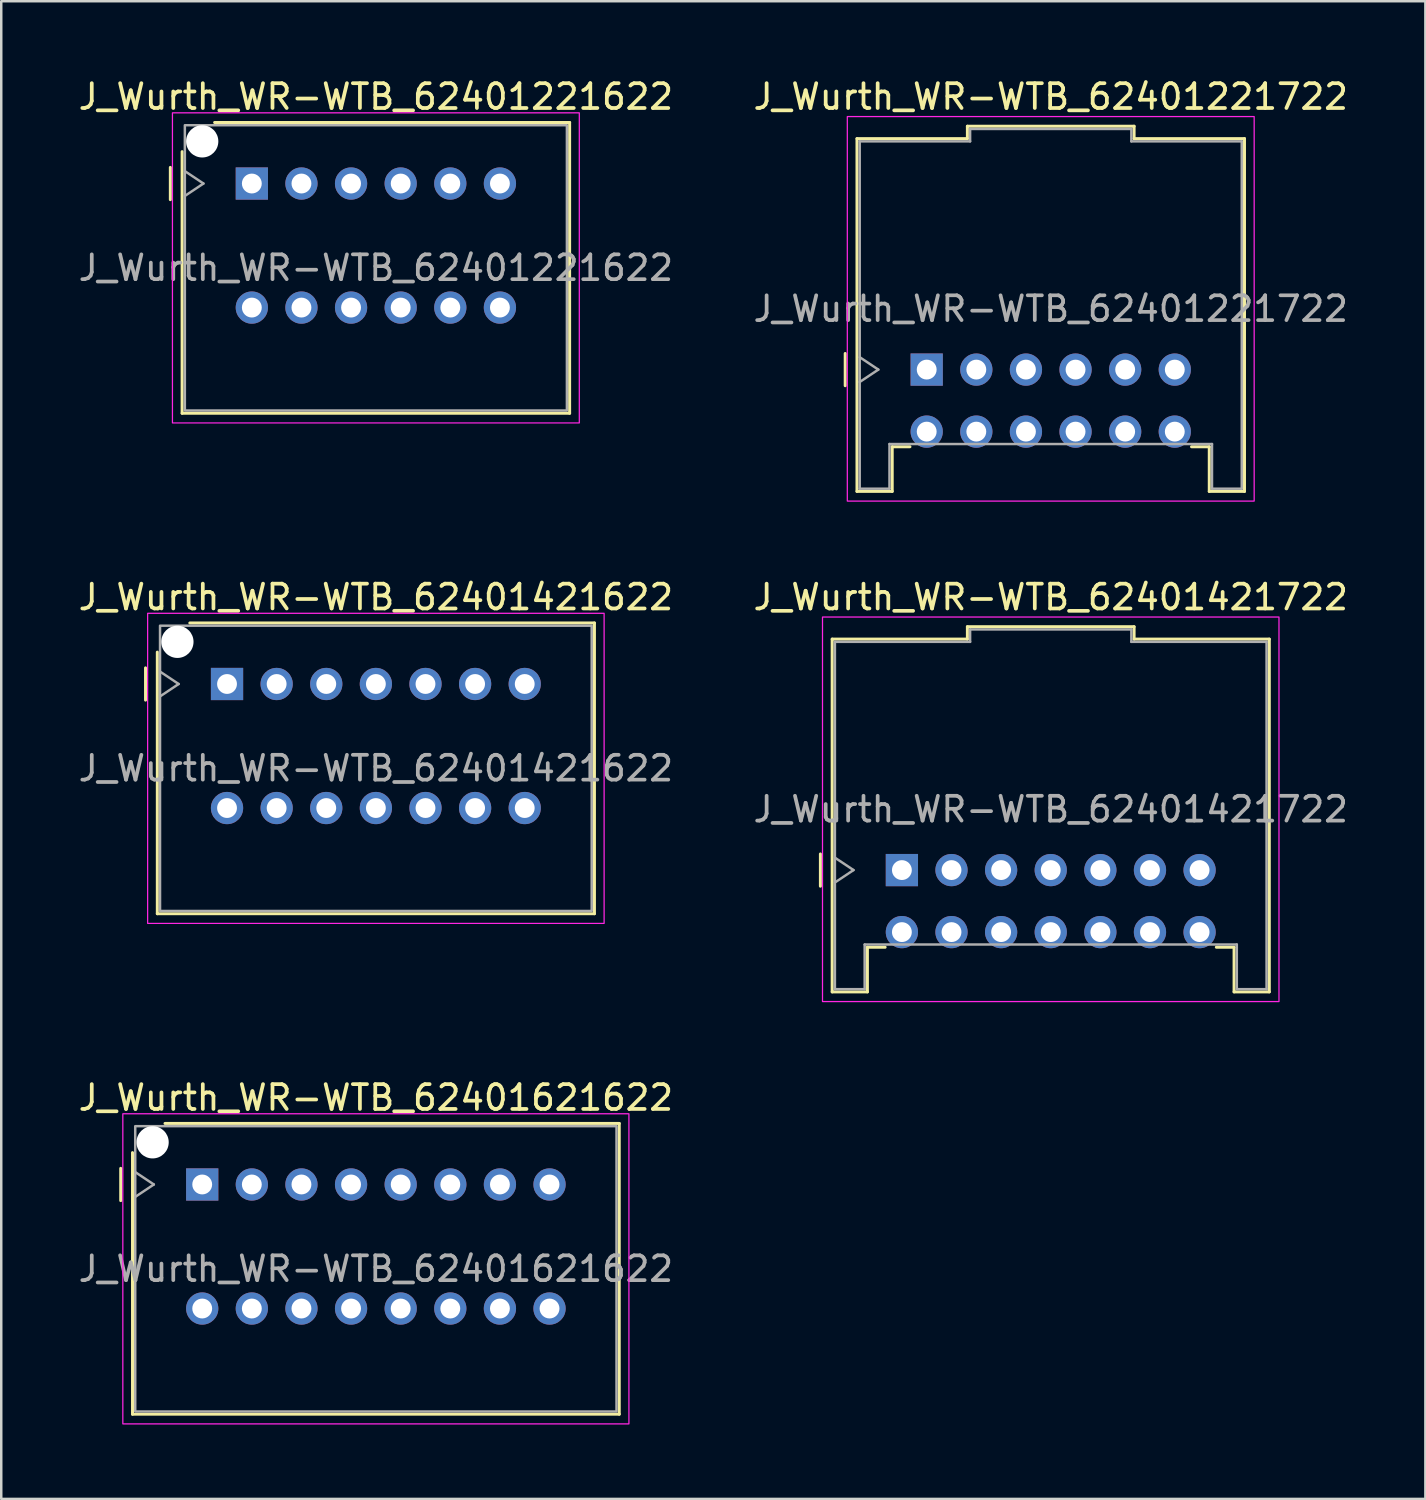
<source format=kicad_pcb>
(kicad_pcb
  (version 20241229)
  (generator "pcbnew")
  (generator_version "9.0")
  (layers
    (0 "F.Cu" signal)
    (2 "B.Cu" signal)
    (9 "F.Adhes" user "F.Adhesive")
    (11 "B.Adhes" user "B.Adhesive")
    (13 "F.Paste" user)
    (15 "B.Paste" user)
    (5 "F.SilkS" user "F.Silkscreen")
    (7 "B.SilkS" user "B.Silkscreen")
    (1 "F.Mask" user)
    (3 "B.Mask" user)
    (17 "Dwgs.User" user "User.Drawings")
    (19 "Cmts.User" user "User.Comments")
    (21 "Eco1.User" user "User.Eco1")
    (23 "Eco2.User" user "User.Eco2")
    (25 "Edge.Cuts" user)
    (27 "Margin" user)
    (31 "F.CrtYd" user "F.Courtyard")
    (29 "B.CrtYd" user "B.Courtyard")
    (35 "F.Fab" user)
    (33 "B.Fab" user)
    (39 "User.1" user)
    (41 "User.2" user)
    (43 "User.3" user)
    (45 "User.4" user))
  (footprint "J_Wurth_WR-WTB_62401621622"
    (layer "F.Cu")
    (at 5.101 44.695)
    (property "Reference" "J_Wurth_WR-WTB_62401621622" (at 7 -3.5 0) (unlocked yes) (layer "F.SilkS") (effects (font (size 1 1) (thickness 0.15))))
    (attr through_hole)
    (fp_line (start -3.285 -0.65) (end -3.285 0.65) (stroke (width 0.12) (type solid)) (layer "F.SilkS"))
    (fp_line (start -2.81 9.26) (end -2.81 -1.285) (stroke (width 0.12) (type default)) (layer "F.SilkS"))
    (fp_line (start -1.5 -2.46) (end 16.81 -2.46) (stroke (width 0.12) (type default)) (layer "F.SilkS"))
    (fp_line (start 16.81 -2.46) (end 16.81 9.26) (stroke (width 0.12) (type solid)) (layer "F.SilkS"))
    (fp_line (start 16.81 9.26) (end -2.81 9.26) (stroke (width 0.12) (type default)) (layer "F.SilkS"))
    (fp_rect (start -3.2 -2.85) (end 17.2 9.65) (stroke (width 0.05) (type solid)) (fill no) (layer "F.CrtYd"))
    (fp_line (start -1.95 0) (end -2.7 -0.5) (stroke (width 0.1) (type solid)) (layer "F.Fab"))
    (fp_line (start -1.95 0) (end -2.7 0.5) (stroke (width 0.1) (type solid)) (layer "F.Fab"))
    (fp_rect (start -2.7 -2.35) (end 16.7 9.15) (stroke (width 0.1) (type solid)) (fill no) (layer "F.Fab"))
    (fp_text user "${REFERENCE}" (at 7 3.4 0) (unlocked yes) (layer "F.Fab") (effects (font (size 1 1) (thickness 0.15))))
    (pad "" np_thru_hole circle (at -2 -1.7) (size 1.3 1.3) (drill 1.3) (layers "*.Cu" "*.Mask"))
    (pad "1" thru_hole rect (at 0 0) (size 1.3 1.3) (drill 0.8) (layers "*.Cu" "*.Mask"))
    (pad "2" thru_hole circle (at 0 5) (size 1.3 1.3) (drill 0.8) (layers "*.Cu" "*.Mask"))
    (pad "3" thru_hole circle (at 2 0) (size 1.3 1.3) (drill 0.8) (layers "*.Cu" "*.Mask"))
    (pad "4" thru_hole circle (at 2 5) (size 1.3 1.3) (drill 0.8) (layers "*.Cu" "*.Mask"))
    (pad "5" thru_hole circle (at 4 0) (size 1.3 1.3) (drill 0.8) (layers "*.Cu" "*.Mask"))
    (pad "6" thru_hole circle (at 4 5) (size 1.3 1.3) (drill 0.8) (layers "*.Cu" "*.Mask"))
    (pad "7" thru_hole circle (at 6 0) (size 1.3 1.3) (drill 0.8) (layers "*.Cu" "*.Mask"))
    (pad "8" thru_hole circle (at 6 5) (size 1.3 1.3) (drill 0.8) (layers "*.Cu" "*.Mask"))
    (pad "9" thru_hole circle (at 8 0) (size 1.3 1.3) (drill 0.8) (layers "*.Cu" "*.Mask"))
    (pad "10" thru_hole circle (at 8 5) (size 1.3 1.3) (drill 0.8) (layers "*.Cu" "*.Mask"))
    (pad "11" thru_hole circle (at 10 0) (size 1.3 1.3) (drill 0.8) (layers "*.Cu" "*.Mask"))
    (pad "12" thru_hole circle (at 10 5) (size 1.3 1.3) (drill 0.8) (layers "*.Cu" "*.Mask"))
    (pad "13" thru_hole circle (at 12 0) (size 1.3 1.3) (drill 0.8) (layers "*.Cu" "*.Mask"))
    (pad "14" thru_hole circle (at 12 5) (size 1.3 1.3) (drill 0.8) (layers "*.Cu" "*.Mask"))
    (pad "15" thru_hole circle (at 14 0) (size 1.3 1.3) (drill 0.8) (layers "*.Cu" "*.Mask"))
    (pad "16" thru_hole circle (at 14 5) (size 1.3 1.3) (drill 0.8) (layers "*.Cu" "*.Mask")))
  (footprint "J_Wurth_WR-WTB_62401421722"
    (layer "F.Cu")
    (at 33.304 32.022)
    (property "Reference" "J_Wurth_WR-WTB_62401421722" (at 6 -11 0) (unlocked yes) (layer "F.SilkS") (effects (font (size 1 1) (thickness 0.15))))
    (attr through_hole)
    (fp_line (start -3.285 -0.65) (end -3.285 0.65) (stroke (width 0.12) (type solid)) (layer "F.SilkS"))
    (fp_line (start -2.81 -9.31) (end 2.64 -9.31) (stroke (width 0.12) (type solid)) (layer "F.SilkS"))
    (fp_line (start -2.81 4.91) (end -2.81 -9.31) (stroke (width 0.12) (type default)) (layer "F.SilkS"))
    (fp_line (start -2.81 4.91) (end -1.39 4.91) (stroke (width 0.12) (type solid)) (layer "F.SilkS"))
    (fp_line (start -1.39 4.91) (end -1.39 3.11) (stroke (width 0.12) (type solid)) (layer "F.SilkS"))
    (fp_line (start -0.675 3.11) (end -1.39 3.11) (stroke (width 0.12) (type default)) (layer "F.SilkS"))
    (fp_line (start 2.64 -9.31) (end 2.64 -9.81) (stroke (width 0.12) (type solid)) (layer "F.SilkS"))
    (fp_line (start 9.36 -9.81) (end 2.64 -9.81) (stroke (width 0.12) (type default)) (layer "F.SilkS"))
    (fp_line (start 9.36 -9.31) (end 9.36 -9.81) (stroke (width 0.12) (type solid)) (layer "F.SilkS"))
    (fp_line (start 13.39 3.11) (end 12.675 3.11) (stroke (width 0.12) (type default)) (layer "F.SilkS"))
    (fp_line (start 13.39 4.91) (end 13.39 3.11) (stroke (width 0.12) (type solid)) (layer "F.SilkS"))
    (fp_line (start 14.81 -9.31) (end 9.36 -9.31) (stroke (width 0.12) (type solid)) (layer "F.SilkS"))
    (fp_line (start 14.81 -9.31) (end 14.81 4.91) (stroke (width 0.12) (type default)) (layer "F.SilkS"))
    (fp_line (start 14.81 4.91) (end 13.39 4.91) (stroke (width 0.12) (type solid)) (layer "F.SilkS"))
    (fp_rect (start -3.2 -10.2) (end 15.2 5.3) (stroke (width 0.05) (type solid)) (fill no) (layer "F.CrtYd"))
    (fp_line (start -2.7 -9.2) (end 2.75 -9.2) (stroke (width 0.1) (type solid)) (layer "F.Fab"))
    (fp_line (start -2.7 4.8) (end -2.7 -9.2) (stroke (width 0.1) (type default)) (layer "F.Fab"))
    (fp_line (start -2.7 4.8) (end -1.5 4.8) (stroke (width 0.1) (type solid)) (layer "F.Fab"))
    (fp_line (start -1.95 0) (end -2.7 -0.5) (stroke (width 0.1) (type solid)) (layer "F.Fab"))
    (fp_line (start -1.95 0) (end -2.7 0.5) (stroke (width 0.1) (type solid)) (layer "F.Fab"))
    (fp_line (start -1.5 4.8) (end -1.5 3) (stroke (width 0.1) (type solid)) (layer "F.Fab"))
    (fp_line (start 2.75 -9.2) (end 2.75 -9.7) (stroke (width 0.1) (type solid)) (layer "F.Fab"))
    (fp_line (start 9.25 -9.7) (end 2.75 -9.7) (stroke (width 0.1) (type default)) (layer "F.Fab"))
    (fp_line (start 9.25 -9.2) (end 9.25 -9.7) (stroke (width 0.1) (type solid)) (layer "F.Fab"))
    (fp_line (start 13.5 3) (end -1.5 3) (stroke (width 0.1) (type default)) (layer "F.Fab"))
    (fp_line (start 13.5 4.8) (end 13.5 3) (stroke (width 0.1) (type solid)) (layer "F.Fab"))
    (fp_line (start 14.7 -9.2) (end 9.25 -9.2) (stroke (width 0.1) (type solid)) (layer "F.Fab"))
    (fp_line (start 14.7 -9.2) (end 14.7 4.8) (stroke (width 0.1) (type default)) (layer "F.Fab"))
    (fp_line (start 14.7 4.8) (end 13.5 4.8) (stroke (width 0.1) (type solid)) (layer "F.Fab"))
    (fp_text user "${REFERENCE}" (at 6 -2.45 0) (unlocked yes) (layer "F.Fab") (effects (font (size 1 1) (thickness 0.15))))
    (pad "1" thru_hole rect (at 0 0 180) (size 1.3 1.3) (drill 0.8) (layers "*.Cu" "*.Mask"))
    (pad "2" thru_hole circle (at 0 2.5 180) (size 1.3 1.3) (drill 0.8) (layers "*.Cu" "*.Mask"))
    (pad "3" thru_hole circle (at 2 0 180) (size 1.3 1.3) (drill 0.8) (layers "*.Cu" "*.Mask"))
    (pad "4" thru_hole circle (at 2 2.5 180) (size 1.3 1.3) (drill 0.8) (layers "*.Cu" "*.Mask"))
    (pad "5" thru_hole circle (at 4 0 180) (size 1.3 1.3) (drill 0.8) (layers "*.Cu" "*.Mask"))
    (pad "6" thru_hole circle (at 4 2.5 180) (size 1.3 1.3) (drill 0.8) (layers "*.Cu" "*.Mask"))
    (pad "7" thru_hole circle (at 6 2.5 180) (size 1.3 1.3) (drill 0.8) (layers "*.Cu" "*.Mask"))
    (pad "8" thru_hole circle (at 6 0 180) (size 1.3 1.3) (drill 0.8) (layers "*.Cu" "*.Mask"))
    (pad "9" thru_hole circle (at 8 2.5 180) (size 1.3 1.3) (drill 0.8) (layers "*.Cu" "*.Mask"))
    (pad "10" thru_hole circle (at 8 0 180) (size 1.3 1.3) (drill 0.8) (layers "*.Cu" "*.Mask"))
    (pad "11" thru_hole circle (at 10 2.5 180) (size 1.3 1.3) (drill 0.8) (layers "*.Cu" "*.Mask"))
    (pad "12" thru_hole circle (at 10 0 180) (size 1.3 1.3) (drill 0.8) (layers "*.Cu" "*.Mask"))
    (pad "13" thru_hole circle (at 12 2.5 180) (size 1.3 1.3) (drill 0.8) (layers "*.Cu" "*.Mask"))
    (pad "14" thru_hole circle (at 12 0 180) (size 1.3 1.3) (drill 0.8) (layers "*.Cu" "*.Mask")))
  (footprint "J_Wurth_WR-WTB_62401421622"
    (layer "F.Cu")
    (at 6.101 24.521)
    (property "Reference" "J_Wurth_WR-WTB_62401421622" (at 6 -3.5 0) (unlocked yes) (layer "F.SilkS") (effects (font (size 1 1) (thickness 0.15))))
    (attr through_hole)
    (fp_line (start -3.285 -0.65) (end -3.285 0.65) (stroke (width 0.12) (type solid)) (layer "F.SilkS"))
    (fp_line (start -2.81 9.26) (end -2.81 -1.285) (stroke (width 0.12) (type default)) (layer "F.SilkS"))
    (fp_line (start -1.5 -2.46) (end 14.81 -2.46) (stroke (width 0.12) (type default)) (layer "F.SilkS"))
    (fp_line (start 14.81 -2.46) (end 14.81 9.26) (stroke (width 0.12) (type solid)) (layer "F.SilkS"))
    (fp_line (start 14.81 9.26) (end -2.81 9.26) (stroke (width 0.12) (type default)) (layer "F.SilkS"))
    (fp_rect (start -3.2 -2.85) (end 15.2 9.65) (stroke (width 0.05) (type solid)) (fill no) (layer "F.CrtYd"))
    (fp_line (start -1.95 0) (end -2.7 -0.5) (stroke (width 0.1) (type solid)) (layer "F.Fab"))
    (fp_line (start -1.95 0) (end -2.7 0.5) (stroke (width 0.1) (type solid)) (layer "F.Fab"))
    (fp_rect (start -2.7 -2.35) (end 14.7 9.15) (stroke (width 0.1) (type solid)) (fill no) (layer "F.Fab"))
    (fp_text user "${REFERENCE}" (at 6 3.4 0) (unlocked yes) (layer "F.Fab") (effects (font (size 1 1) (thickness 0.15))))
    (pad "" np_thru_hole circle (at -2 -1.7) (size 1.3 1.3) (drill 1.3) (layers "*.Cu" "*.Mask"))
    (pad "1" thru_hole rect (at 0 0) (size 1.3 1.3) (drill 0.8) (layers "*.Cu" "*.Mask"))
    (pad "2" thru_hole circle (at 0 5) (size 1.3 1.3) (drill 0.8) (layers "*.Cu" "*.Mask"))
    (pad "3" thru_hole circle (at 2 0) (size 1.3 1.3) (drill 0.8) (layers "*.Cu" "*.Mask"))
    (pad "4" thru_hole circle (at 2 5) (size 1.3 1.3) (drill 0.8) (layers "*.Cu" "*.Mask"))
    (pad "5" thru_hole circle (at 4 0) (size 1.3 1.3) (drill 0.8) (layers "*.Cu" "*.Mask"))
    (pad "6" thru_hole circle (at 4 5) (size 1.3 1.3) (drill 0.8) (layers "*.Cu" "*.Mask"))
    (pad "7" thru_hole circle (at 6 0) (size 1.3 1.3) (drill 0.8) (layers "*.Cu" "*.Mask"))
    (pad "8" thru_hole circle (at 6 5) (size 1.3 1.3) (drill 0.8) (layers "*.Cu" "*.Mask"))
    (pad "9" thru_hole circle (at 8 0) (size 1.3 1.3) (drill 0.8) (layers "*.Cu" "*.Mask"))
    (pad "10" thru_hole circle (at 8 5) (size 1.3 1.3) (drill 0.8) (layers "*.Cu" "*.Mask"))
    (pad "11" thru_hole circle (at 10 0) (size 1.3 1.3) (drill 0.8) (layers "*.Cu" "*.Mask"))
    (pad "12" thru_hole circle (at 10 5) (size 1.3 1.3) (drill 0.8) (layers "*.Cu" "*.Mask"))
    (pad "13" thru_hole circle (at 12 0) (size 1.3 1.3) (drill 0.8) (layers "*.Cu" "*.Mask"))
    (pad "14" thru_hole circle (at 12 5) (size 1.3 1.3) (drill 0.8) (layers "*.Cu" "*.Mask")))
  (footprint "J_Wurth_WR-WTB_62401221622"
    (layer "F.Cu")
    (at 7.101 4.348)
    (property "Reference" "J_Wurth_WR-WTB_62401221622" (at 5 -3.5 0) (unlocked yes) (layer "F.SilkS") (effects (font (size 1 1) (thickness 0.15))))
    (attr through_hole)
    (fp_line (start -3.285 -0.65) (end -3.285 0.65) (stroke (width 0.12) (type solid)) (layer "F.SilkS"))
    (fp_line (start -2.81 9.26) (end -2.81 -1.285) (stroke (width 0.12) (type default)) (layer "F.SilkS"))
    (fp_line (start -1.5 -2.46) (end 12.81 -2.46) (stroke (width 0.12) (type default)) (layer "F.SilkS"))
    (fp_line (start 12.81 -2.46) (end 12.81 9.26) (stroke (width 0.12) (type solid)) (layer "F.SilkS"))
    (fp_line (start 12.81 9.26) (end -2.81 9.26) (stroke (width 0.12) (type default)) (layer "F.SilkS"))
    (fp_rect (start -3.2 -2.85) (end 13.2 9.65) (stroke (width 0.05) (type solid)) (fill no) (layer "F.CrtYd"))
    (fp_line (start -1.95 0) (end -2.7 -0.5) (stroke (width 0.1) (type solid)) (layer "F.Fab"))
    (fp_line (start -1.95 0) (end -2.7 0.5) (stroke (width 0.1) (type solid)) (layer "F.Fab"))
    (fp_rect (start -2.7 -2.35) (end 12.7 9.15) (stroke (width 0.1) (type solid)) (fill no) (layer "F.Fab"))
    (fp_text user "${REFERENCE}" (at 5 3.4 0) (unlocked yes) (layer "F.Fab") (effects (font (size 1 1) (thickness 0.15))))
    (pad "" np_thru_hole circle (at -2 -1.7) (size 1.3 1.3) (drill 1.3) (layers "*.Cu" "*.Mask"))
    (pad "1" thru_hole rect (at 0 0) (size 1.3 1.3) (drill 0.8) (layers "*.Cu" "*.Mask"))
    (pad "2" thru_hole circle (at 0 5) (size 1.3 1.3) (drill 0.8) (layers "*.Cu" "*.Mask"))
    (pad "3" thru_hole circle (at 2 0) (size 1.3 1.3) (drill 0.8) (layers "*.Cu" "*.Mask"))
    (pad "4" thru_hole circle (at 2 5) (size 1.3 1.3) (drill 0.8) (layers "*.Cu" "*.Mask"))
    (pad "5" thru_hole circle (at 4 0) (size 1.3 1.3) (drill 0.8) (layers "*.Cu" "*.Mask"))
    (pad "6" thru_hole circle (at 4 5) (size 1.3 1.3) (drill 0.8) (layers "*.Cu" "*.Mask"))
    (pad "7" thru_hole circle (at 6 0) (size 1.3 1.3) (drill 0.8) (layers "*.Cu" "*.Mask"))
    (pad "8" thru_hole circle (at 6 5) (size 1.3 1.3) (drill 0.8) (layers "*.Cu" "*.Mask"))
    (pad "9" thru_hole circle (at 8 0) (size 1.3 1.3) (drill 0.8) (layers "*.Cu" "*.Mask"))
    (pad "10" thru_hole circle (at 8 5) (size 1.3 1.3) (drill 0.8) (layers "*.Cu" "*.Mask"))
    (pad "11" thru_hole circle (at 10 0) (size 1.3 1.3) (drill 0.8) (layers "*.Cu" "*.Mask"))
    (pad "12" thru_hole circle (at 10 5) (size 1.3 1.3) (drill 0.8) (layers "*.Cu" "*.Mask")))
  (footprint "J_Wurth_WR-WTB_62401221722"
    (layer "F.Cu")
    (at 34.304 11.848)
    (property "Reference" "J_Wurth_WR-WTB_62401221722" (at 5 -11 0) (unlocked yes) (layer "F.SilkS") (effects (font (size 1 1) (thickness 0.15))))
    (attr through_hole)
    (fp_line (start -3.285 -0.65) (end -3.285 0.65) (stroke (width 0.12) (type solid)) (layer "F.SilkS"))
    (fp_line (start -2.81 -9.31) (end 1.64 -9.31) (stroke (width 0.12) (type solid)) (layer "F.SilkS"))
    (fp_line (start -2.81 4.91) (end -2.81 -9.31) (stroke (width 0.12) (type default)) (layer "F.SilkS"))
    (fp_line (start -2.81 4.91) (end -1.39 4.91) (stroke (width 0.12) (type solid)) (layer "F.SilkS"))
    (fp_line (start -1.39 4.91) (end -1.39 3.11) (stroke (width 0.12) (type solid)) (layer "F.SilkS"))
    (fp_line (start -0.675 3.11) (end -1.39 3.11) (stroke (width 0.12) (type default)) (layer "F.SilkS"))
    (fp_line (start 1.64 -9.31) (end 1.64 -9.81) (stroke (width 0.12) (type solid)) (layer "F.SilkS"))
    (fp_line (start 8.36 -9.81) (end 1.64 -9.81) (stroke (width 0.12) (type default)) (layer "F.SilkS"))
    (fp_line (start 8.36 -9.31) (end 8.36 -9.81) (stroke (width 0.12) (type solid)) (layer "F.SilkS"))
    (fp_line (start 11.39 3.11) (end 10.675 3.11) (stroke (width 0.12) (type default)) (layer "F.SilkS"))
    (fp_line (start 11.39 4.91) (end 11.39 3.11) (stroke (width 0.12) (type solid)) (layer "F.SilkS"))
    (fp_line (start 12.81 -9.31) (end 8.36 -9.31) (stroke (width 0.12) (type solid)) (layer "F.SilkS"))
    (fp_line (start 12.81 -9.31) (end 12.81 4.91) (stroke (width 0.12) (type default)) (layer "F.SilkS"))
    (fp_line (start 12.81 4.91) (end 11.39 4.91) (stroke (width 0.12) (type solid)) (layer "F.SilkS"))
    (fp_rect (start -3.2 -10.2) (end 13.2 5.3) (stroke (width 0.05) (type solid)) (fill no) (layer "F.CrtYd"))
    (fp_line (start -2.7 -9.2) (end 1.75 -9.2) (stroke (width 0.1) (type solid)) (layer "F.Fab"))
    (fp_line (start -2.7 4.8) (end -2.7 -9.2) (stroke (width 0.1) (type default)) (layer "F.Fab"))
    (fp_line (start -2.7 4.8) (end -1.5 4.8) (stroke (width 0.1) (type solid)) (layer "F.Fab"))
    (fp_line (start -1.95 0) (end -2.7 -0.5) (stroke (width 0.1) (type solid)) (layer "F.Fab"))
    (fp_line (start -1.95 0) (end -2.7 0.5) (stroke (width 0.1) (type solid)) (layer "F.Fab"))
    (fp_line (start -1.5 4.8) (end -1.5 3) (stroke (width 0.1) (type solid)) (layer "F.Fab"))
    (fp_line (start 1.75 -9.2) (end 1.75 -9.7) (stroke (width 0.1) (type solid)) (layer "F.Fab"))
    (fp_line (start 8.25 -9.7) (end 1.75 -9.7) (stroke (width 0.1) (type default)) (layer "F.Fab"))
    (fp_line (start 8.25 -9.2) (end 8.25 -9.7) (stroke (width 0.1) (type solid)) (layer "F.Fab"))
    (fp_line (start 11.5 3) (end -1.5 3) (stroke (width 0.1) (type default)) (layer "F.Fab"))
    (fp_line (start 11.5 4.8) (end 11.5 3) (stroke (width 0.1) (type solid)) (layer "F.Fab"))
    (fp_line (start 12.7 -9.2) (end 8.25 -9.2) (stroke (width 0.1) (type solid)) (layer "F.Fab"))
    (fp_line (start 12.7 -9.2) (end 12.7 4.8) (stroke (width 0.1) (type default)) (layer "F.Fab"))
    (fp_line (start 12.7 4.8) (end 11.5 4.8) (stroke (width 0.1) (type solid)) (layer "F.Fab"))
    (fp_text user "${REFERENCE}" (at 5 -2.45 0) (unlocked yes) (layer "F.Fab") (effects (font (size 1 1) (thickness 0.15))))
    (pad "1" thru_hole rect (at 0 0 180) (size 1.3 1.3) (drill 0.8) (layers "*.Cu" "*.Mask"))
    (pad "2" thru_hole circle (at 0 2.5 180) (size 1.3 1.3) (drill 0.8) (layers "*.Cu" "*.Mask"))
    (pad "3" thru_hole circle (at 2 0 180) (size 1.3 1.3) (drill 0.8) (layers "*.Cu" "*.Mask"))
    (pad "4" thru_hole circle (at 2 2.5 180) (size 1.3 1.3) (drill 0.8) (layers "*.Cu" "*.Mask"))
    (pad "5" thru_hole circle (at 4 0 180) (size 1.3 1.3) (drill 0.8) (layers "*.Cu" "*.Mask"))
    (pad "6" thru_hole circle (at 4 2.5 180) (size 1.3 1.3) (drill 0.8) (layers "*.Cu" "*.Mask"))
    (pad "7" thru_hole circle (at 6 2.5 180) (size 1.3 1.3) (drill 0.8) (layers "*.Cu" "*.Mask"))
    (pad "8" thru_hole circle (at 6 0 180) (size 1.3 1.3) (drill 0.8) (layers "*.Cu" "*.Mask"))
    (pad "9" thru_hole circle (at 8 2.5 180) (size 1.3 1.3) (drill 0.8) (layers "*.Cu" "*.Mask"))
    (pad "10" thru_hole circle (at 8 0 180) (size 1.3 1.3) (drill 0.8) (layers "*.Cu" "*.Mask"))
    (pad "11" thru_hole circle (at 10 2.5 180) (size 1.3 1.3) (drill 0.8) (layers "*.Cu" "*.Mask"))
    (pad "12" thru_hole circle (at 10 0 180) (size 1.3 1.3) (drill 0.8) (layers "*.Cu" "*.Mask")))
  (gr_rect
    (start -3 -3)
    (end 54.405 57.37)
    (stroke (width 0.1) (type default))
    (fill no)
    (layer "Edge.Cuts")))
</source>
